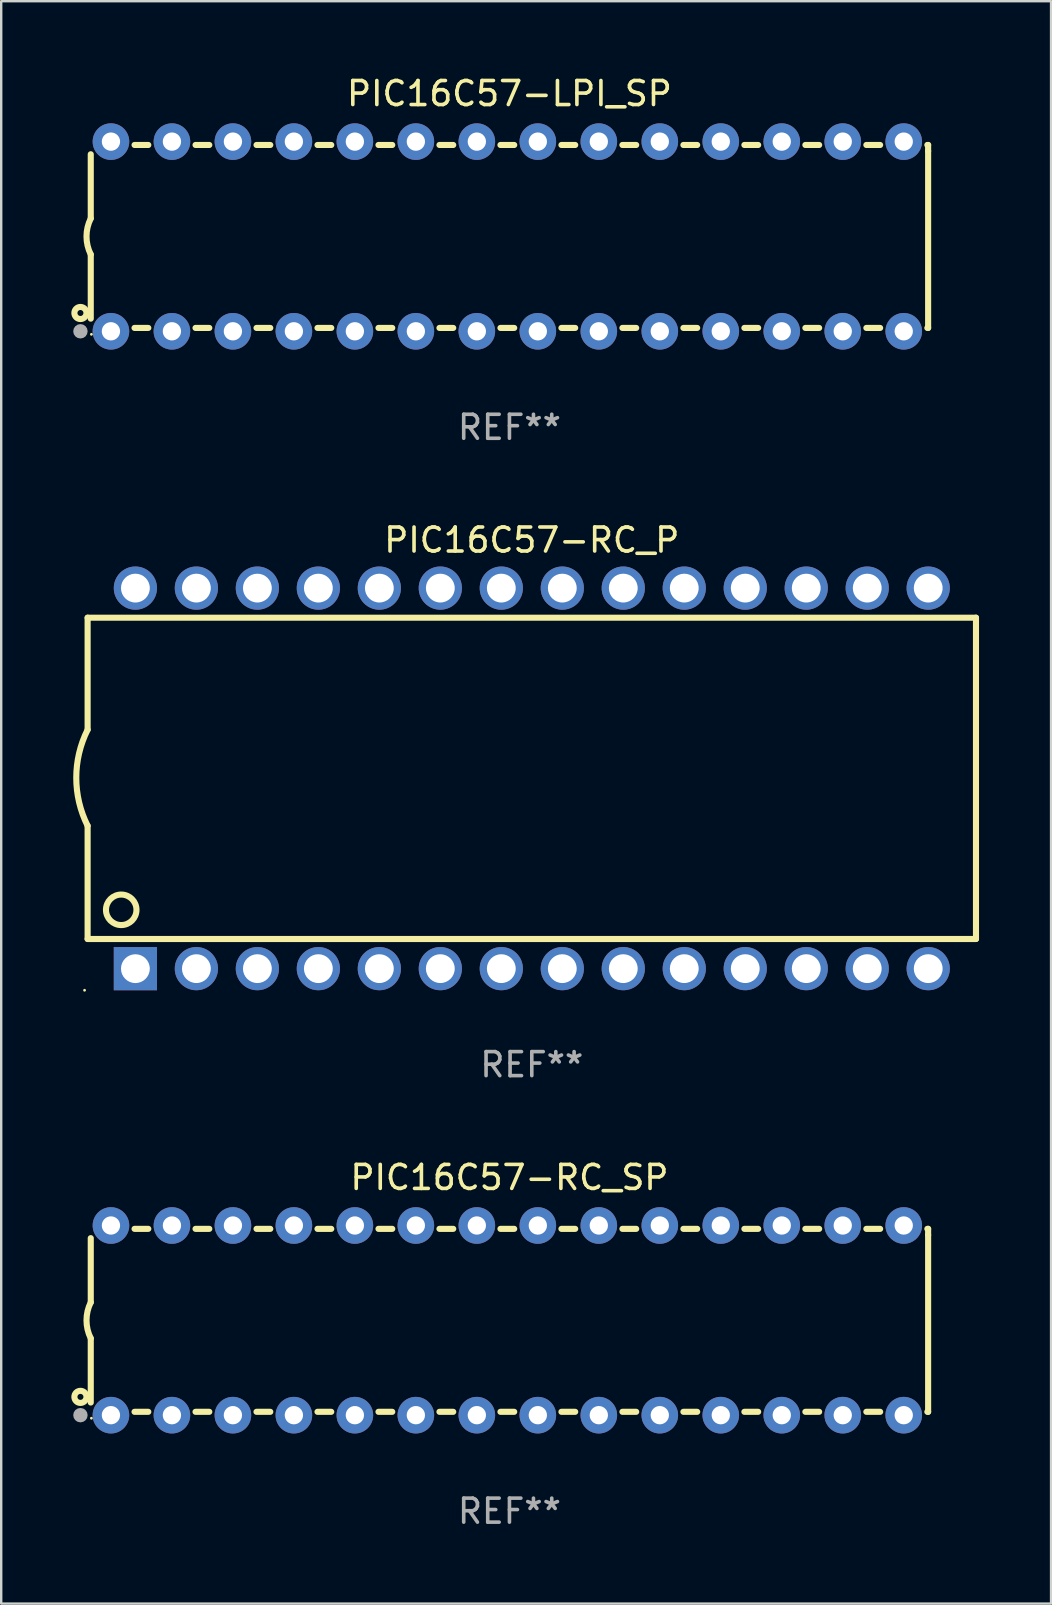
<source format=kicad_pcb>
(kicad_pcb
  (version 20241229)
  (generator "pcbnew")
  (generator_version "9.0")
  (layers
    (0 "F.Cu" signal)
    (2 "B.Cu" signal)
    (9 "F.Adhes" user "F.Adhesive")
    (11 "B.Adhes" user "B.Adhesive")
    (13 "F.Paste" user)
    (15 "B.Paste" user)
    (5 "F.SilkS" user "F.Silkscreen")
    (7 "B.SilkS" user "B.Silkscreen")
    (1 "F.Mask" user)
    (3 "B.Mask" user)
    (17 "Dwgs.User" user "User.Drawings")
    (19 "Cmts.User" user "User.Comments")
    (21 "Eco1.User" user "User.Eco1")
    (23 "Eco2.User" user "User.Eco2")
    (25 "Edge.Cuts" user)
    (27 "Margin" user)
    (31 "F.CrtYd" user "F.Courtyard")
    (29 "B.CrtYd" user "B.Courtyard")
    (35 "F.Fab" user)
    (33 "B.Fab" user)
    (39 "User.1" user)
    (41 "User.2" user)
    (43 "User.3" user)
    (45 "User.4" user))
  (footprint "PIC16C57-RC_SP"
    (layer "F.Cu")
    (at 18.168 51.941)
    (property "Reference" "PIC16C57-RC_SP" (at 0 -5.95 0) (layer "F.SilkS") (effects (font (size 1 1) (thickness 0.15))))
    (attr through_hole)
    (fp_line (start -17.438 0.75) (end -17.438 3.423) (stroke (width 0.254) (type solid)) (layer "F.SilkS"))
    (fp_line (start -17.438 -3.423) (end -17.438 -0.75) (stroke (width 0.254) (type solid)) (layer "F.SilkS"))
    (fp_line (start -15.615 3.81) (end -15.041 3.81) (stroke (width 0.254) (type solid)) (layer "F.SilkS"))
    (fp_line (start -15.041 -3.81) (end -15.614 -3.81) (stroke (width 0.254) (type solid)) (layer "F.SilkS"))
    (fp_line (start -13.075 3.81) (end -12.501 3.81) (stroke (width 0.254) (type solid)) (layer "F.SilkS"))
    (fp_line (start -12.501 -3.81) (end -13.074 -3.81) (stroke (width 0.254) (type solid)) (layer "F.SilkS"))
    (fp_line (start -10.535 3.81) (end -9.961 3.81) (stroke (width 0.254) (type solid)) (layer "F.SilkS"))
    (fp_line (start -9.961 -3.81) (end -10.534 -3.81) (stroke (width 0.254) (type solid)) (layer "F.SilkS"))
    (fp_line (start -7.995 3.81) (end -7.421 3.81) (stroke (width 0.254) (type solid)) (layer "F.SilkS"))
    (fp_line (start -7.421 -3.81) (end -7.995 -3.81) (stroke (width 0.254) (type solid)) (layer "F.SilkS"))
    (fp_line (start -5.455 3.81) (end -4.881 3.81) (stroke (width 0.254) (type solid)) (layer "F.SilkS"))
    (fp_line (start -4.881 -3.81) (end -5.455 -3.81) (stroke (width 0.254) (type solid)) (layer "F.SilkS"))
    (fp_line (start -2.915 3.81) (end -2.341 3.81) (stroke (width 0.254) (type solid)) (layer "F.SilkS"))
    (fp_line (start -2.341 -3.81) (end -2.915 -3.81) (stroke (width 0.254) (type solid)) (layer "F.SilkS"))
    (fp_line (start -0.375 3.81) (end 0.199 3.81) (stroke (width 0.254) (type solid)) (layer "F.SilkS"))
    (fp_line (start 0.199 -3.81) (end -0.375 -3.81) (stroke (width 0.254) (type solid)) (layer "F.SilkS"))
    (fp_line (start 2.165 3.81) (end 2.739 3.81) (stroke (width 0.254) (type solid)) (layer "F.SilkS"))
    (fp_line (start 2.739 -3.81) (end 2.165 -3.81) (stroke (width 0.254) (type solid)) (layer "F.SilkS"))
    (fp_line (start 4.705 3.81) (end 5.279 3.81) (stroke (width 0.254) (type solid)) (layer "F.SilkS"))
    (fp_line (start 5.279 -3.81) (end 4.705 -3.81) (stroke (width 0.254) (type solid)) (layer "F.SilkS"))
    (fp_line (start 7.245 3.81) (end 7.819 3.81) (stroke (width 0.254) (type solid)) (layer "F.SilkS"))
    (fp_line (start 7.819 -3.81) (end 7.245 -3.81) (stroke (width 0.254) (type solid)) (layer "F.SilkS"))
    (fp_line (start 9.785 3.81) (end 10.359 3.81) (stroke (width 0.254) (type solid)) (layer "F.SilkS"))
    (fp_line (start 10.359 -3.81) (end 9.785 -3.81) (stroke (width 0.254) (type solid)) (layer "F.SilkS"))
    (fp_line (start 12.325 3.81) (end 12.899 3.81) (stroke (width 0.254) (type solid)) (layer "F.SilkS"))
    (fp_line (start 12.899 -3.81) (end 12.325 -3.81) (stroke (width 0.254) (type solid)) (layer "F.SilkS"))
    (fp_line (start 14.865 3.81) (end 15.439 3.81) (stroke (width 0.254) (type solid)) (layer "F.SilkS"))
    (fp_line (start 15.439 -3.81) (end 14.865 -3.81) (stroke (width 0.254) (type solid)) (layer "F.SilkS"))
    (fp_line (start 17.405 3.81) (end 17.438 3.81) (stroke (width 0.254) (type solid)) (layer "F.SilkS"))
    (fp_line (start 17.438 -3.81) (end 17.405 -3.81) (stroke (width 0.254) (type solid)) (layer "F.SilkS"))
    (fp_line (start 17.438 -3.556) (end 17.438 -3.81) (stroke (width 0.254) (type solid)) (layer "F.SilkS"))
    (fp_line (start 17.438 3.81) (end 17.438 -3.556) (stroke (width 0.254) (type solid)) (layer "F.SilkS"))
    (fp_arc (start -17.437986 0.749657) (mid -17.614887 -0.000024) (end -17.437783 -0.749657) (stroke (width 0.254001) (type solid)) (layer "F.SilkS"))
    (fp_circle (center -17.868 3.188) (end -17.743 3.188) (stroke (width 0.254) (type solid)) (fill no) (layer "F.SilkS"))
    (fp_circle (center -17.411 4.077) (end -17.381 4.077) (stroke (width 0.06) (type solid)) (fill no) (layer "F.SilkS"))
    (fp_circle (center -17.868 3.95) (end -17.718 3.95) (stroke (width 0.3) (type solid)) (fill no) (layer "F.Fab"))
    (fp_text user "REF**" (at 0 7.95 0) (layer "F.Fab") (effects (font (size 1 1) (thickness 0.15))))
    (pad "1" thru_hole circle (at -16.598 3.95) (size 1.524 1.524) (drill 0.762) (layers "*.Cu" "*.Mask"))
    (pad "2" thru_hole circle (at -14.058 3.95) (size 1.524 1.524) (drill 0.762) (layers "*.Cu" "*.Mask"))
    (pad "3" thru_hole circle (at -11.518 3.95) (size 1.524 1.524) (drill 0.762) (layers "*.Cu" "*.Mask"))
    (pad "4" thru_hole circle (at -8.978 3.95) (size 1.524 1.524) (drill 0.762) (layers "*.Cu" "*.Mask"))
    (pad "5" thru_hole circle (at -6.438 3.95) (size 1.524 1.524) (drill 0.762) (layers "*.Cu" "*.Mask"))
    (pad "6" thru_hole circle (at -3.898 3.95) (size 1.524 1.524) (drill 0.762) (layers "*.Cu" "*.Mask"))
    (pad "7" thru_hole circle (at -1.358 3.95) (size 1.524 1.524) (drill 0.762) (layers "*.Cu" "*.Mask"))
    (pad "8" thru_hole circle (at 1.182 3.95) (size 1.524 1.524) (drill 0.762) (layers "*.Cu" "*.Mask"))
    (pad "9" thru_hole circle (at 3.722 3.95) (size 1.524 1.524) (drill 0.762) (layers "*.Cu" "*.Mask"))
    (pad "10" thru_hole circle (at 6.262 3.95) (size 1.524 1.524) (drill 0.762) (layers "*.Cu" "*.Mask"))
    (pad "11" thru_hole circle (at 8.802 3.95) (size 1.524 1.524) (drill 0.762) (layers "*.Cu" "*.Mask"))
    (pad "12" thru_hole circle (at 11.342 3.95) (size 1.524 1.524) (drill 0.762) (layers "*.Cu" "*.Mask"))
    (pad "13" thru_hole circle (at 13.882 3.95) (size 1.524 1.524) (drill 0.762) (layers "*.Cu" "*.Mask"))
    (pad "14" thru_hole circle (at 16.422 3.95) (size 1.524 1.524) (drill 0.762) (layers "*.Cu" "*.Mask"))
    (pad "15" thru_hole circle (at 16.422 -3.95) (size 1.524 1.524) (drill 0.762) (layers "*.Cu" "*.Mask"))
    (pad "16" thru_hole circle (at 13.882 -3.95) (size 1.524 1.524) (drill 0.762) (layers "*.Cu" "*.Mask"))
    (pad "17" thru_hole circle (at 11.342 -3.95) (size 1.524 1.524) (drill 0.762) (layers "*.Cu" "*.Mask"))
    (pad "18" thru_hole circle (at 8.802 -3.95) (size 1.524 1.524) (drill 0.762) (layers "*.Cu" "*.Mask"))
    (pad "19" thru_hole circle (at 6.262 -3.95) (size 1.524 1.524) (drill 0.762) (layers "*.Cu" "*.Mask"))
    (pad "20" thru_hole circle (at 3.722 -3.95) (size 1.524 1.524) (drill 0.762) (layers "*.Cu" "*.Mask"))
    (pad "21" thru_hole circle (at 1.182 -3.95) (size 1.524 1.524) (drill 0.762) (layers "*.Cu" "*.Mask"))
    (pad "22" thru_hole circle (at -1.358 -3.95) (size 1.524 1.524) (drill 0.762) (layers "*.Cu" "*.Mask"))
    (pad "23" thru_hole circle (at -3.898 -3.95) (size 1.524 1.524) (drill 0.762) (layers "*.Cu" "*.Mask"))
    (pad "24" thru_hole circle (at -6.438 -3.95) (size 1.524 1.524) (drill 0.762) (layers "*.Cu" "*.Mask"))
    (pad "25" thru_hole circle (at -8.978 -3.95) (size 1.524 1.524) (drill 0.762) (layers "*.Cu" "*.Mask"))
    (pad "26" thru_hole circle (at -11.517 -3.95) (size 1.524 1.524) (drill 0.762) (layers "*.Cu" "*.Mask"))
    (pad "27" thru_hole circle (at -14.057 -3.95) (size 1.524 1.524) (drill 0.762) (layers "*.Cu" "*.Mask"))
    (pad "28" thru_hole circle (at -16.597 -3.95) (size 1.524 1.524) (drill 0.762) (layers "*.Cu" "*.Mask")))
  (footprint "PIC16C57-RC_P"
    (layer "F.Cu")
    (at 19.099 29.369)
    (property "Reference" "PIC16C57-RC_P" (at 0 -9.925 0) (layer "F.SilkS") (effects (font (size 1 1) (thickness 0.15))))
    (attr through_hole)
    (fp_line (start -18.5 -6.692) (end -18.5 -2.026) (stroke (width 0.254) (type solid)) (layer "F.SilkS"))
    (fp_line (start -18.5 6.689) (end -18.5 1.974) (stroke (width 0.254) (type solid)) (layer "F.SilkS"))
    (fp_line (start -18.5 6.689) (end 18.5 6.689) (stroke (width 0.254) (type solid)) (layer "F.SilkS"))
    (fp_line (start 18.5 -6.692) (end -18.5 -6.692) (stroke (width 0.254) (type solid)) (layer "F.SilkS"))
    (fp_line (start 18.5 6.689) (end 18.5 -6.692) (stroke (width 0.254) (type solid)) (layer "F.SilkS"))
    (fp_arc (start -18.500051 1.974346) (mid -18.972187 -0.025654) (end -18.500051 -2.025654) (stroke (width 0.254001) (type solid)) (layer "F.SilkS"))
    (fp_circle (center -18.627 8.824) (end -18.597 8.824) (stroke (width 0.06) (type solid)) (fill no) (layer "F.SilkS"))
    (fp_circle (center -17.1 5.474) (end -16.465 5.474) (stroke (width 0.254) (type solid)) (fill no) (layer "F.SilkS"))
    (fp_text user "REF**" (at 0 11.925 0) (layer "F.Fab") (effects (font (size 1 1) (thickness 0.15))))
    (pad "1" thru_hole rect (at -16.51 7.925) (size 1.8 1.8) (drill 1.2) (layers "*.Cu" "*.Mask"))
    (pad "2" thru_hole circle (at -13.97 7.924) (size 1.8 1.8) (drill 1.2) (layers "*.Cu" "*.Mask"))
    (pad "3" thru_hole circle (at -11.43 7.924) (size 1.8 1.8) (drill 1.2) (layers "*.Cu" "*.Mask"))
    (pad "4" thru_hole circle (at -8.89 7.924) (size 1.8 1.8) (drill 1.2) (layers "*.Cu" "*.Mask"))
    (pad "5" thru_hole circle (at -6.35 7.924) (size 1.8 1.8) (drill 1.2) (layers "*.Cu" "*.Mask"))
    (pad "6" thru_hole circle (at -3.81 7.924) (size 1.8 1.8) (drill 1.2) (layers "*.Cu" "*.Mask"))
    (pad "7" thru_hole circle (at -1.27 7.924) (size 1.8 1.8) (drill 1.2) (layers "*.Cu" "*.Mask"))
    (pad "8" thru_hole circle (at 1.27 7.924) (size 1.8 1.8) (drill 1.2) (layers "*.Cu" "*.Mask"))
    (pad "9" thru_hole circle (at 3.81 7.924) (size 1.8 1.8) (drill 1.2) (layers "*.Cu" "*.Mask"))
    (pad "10" thru_hole circle (at 6.35 7.924) (size 1.8 1.8) (drill 1.2) (layers "*.Cu" "*.Mask"))
    (pad "11" thru_hole circle (at 8.89 7.924) (size 1.8 1.8) (drill 1.2) (layers "*.Cu" "*.Mask"))
    (pad "12" thru_hole circle (at 11.43 7.924) (size 1.8 1.8) (drill 1.2) (layers "*.Cu" "*.Mask"))
    (pad "13" thru_hole circle (at 13.97 7.924) (size 1.8 1.8) (drill 1.2) (layers "*.Cu" "*.Mask"))
    (pad "14" thru_hole circle (at 16.51 7.924) (size 1.8 1.8) (drill 1.2) (layers "*.Cu" "*.Mask"))
    (pad "15" thru_hole circle (at 16.51 -7.925) (size 1.8 1.8) (drill 1.2) (layers "*.Cu" "*.Mask"))
    (pad "16" thru_hole circle (at 13.97 -7.925) (size 1.8 1.8) (drill 1.2) (layers "*.Cu" "*.Mask"))
    (pad "17" thru_hole circle (at 11.43 -7.925) (size 1.8 1.8) (drill 1.2) (layers "*.Cu" "*.Mask"))
    (pad "18" thru_hole circle (at 8.89 -7.925) (size 1.8 1.8) (drill 1.2) (layers "*.Cu" "*.Mask"))
    (pad "19" thru_hole circle (at 6.35 -7.925) (size 1.8 1.8) (drill 1.2) (layers "*.Cu" "*.Mask"))
    (pad "20" thru_hole circle (at 3.81 -7.925) (size 1.8 1.8) (drill 1.2) (layers "*.Cu" "*.Mask"))
    (pad "21" thru_hole circle (at 1.27 -7.925) (size 1.8 1.8) (drill 1.2) (layers "*.Cu" "*.Mask"))
    (pad "22" thru_hole circle (at -1.27 -7.925) (size 1.8 1.8) (drill 1.2) (layers "*.Cu" "*.Mask"))
    (pad "23" thru_hole circle (at -3.81 -7.925) (size 1.8 1.8) (drill 1.2) (layers "*.Cu" "*.Mask"))
    (pad "24" thru_hole circle (at -6.35 -7.925) (size 1.8 1.8) (drill 1.2) (layers "*.Cu" "*.Mask"))
    (pad "25" thru_hole circle (at -8.89 -7.925) (size 1.8 1.8) (drill 1.2) (layers "*.Cu" "*.Mask"))
    (pad "26" thru_hole circle (at -11.43 -7.925) (size 1.8 1.8) (drill 1.2) (layers "*.Cu" "*.Mask"))
    (pad "27" thru_hole circle (at -13.97 -7.925) (size 1.8 1.8) (drill 1.2) (layers "*.Cu" "*.Mask"))
    (pad "28" thru_hole circle (at -16.51 -7.925) (size 1.8 1.8) (drill 1.2) (layers "*.Cu" "*.Mask")))
  (footprint "PIC16C57-LPI_SP"
    (layer "F.Cu")
    (at 18.168 6.798)
    (property "Reference" "PIC16C57-LPI_SP" (at 0 -5.95 0) (layer "F.SilkS") (effects (font (size 1 1) (thickness 0.15))))
    (attr through_hole)
    (fp_line (start -17.438 0.75) (end -17.438 3.423) (stroke (width 0.254) (type solid)) (layer "F.SilkS"))
    (fp_line (start -17.438 -3.423) (end -17.438 -0.75) (stroke (width 0.254) (type solid)) (layer "F.SilkS"))
    (fp_line (start -15.615 3.81) (end -15.041 3.81) (stroke (width 0.254) (type solid)) (layer "F.SilkS"))
    (fp_line (start -15.041 -3.81) (end -15.614 -3.81) (stroke (width 0.254) (type solid)) (layer "F.SilkS"))
    (fp_line (start -13.075 3.81) (end -12.501 3.81) (stroke (width 0.254) (type solid)) (layer "F.SilkS"))
    (fp_line (start -12.501 -3.81) (end -13.074 -3.81) (stroke (width 0.254) (type solid)) (layer "F.SilkS"))
    (fp_line (start -10.535 3.81) (end -9.961 3.81) (stroke (width 0.254) (type solid)) (layer "F.SilkS"))
    (fp_line (start -9.961 -3.81) (end -10.534 -3.81) (stroke (width 0.254) (type solid)) (layer "F.SilkS"))
    (fp_line (start -7.995 3.81) (end -7.421 3.81) (stroke (width 0.254) (type solid)) (layer "F.SilkS"))
    (fp_line (start -7.421 -3.81) (end -7.995 -3.81) (stroke (width 0.254) (type solid)) (layer "F.SilkS"))
    (fp_line (start -5.455 3.81) (end -4.881 3.81) (stroke (width 0.254) (type solid)) (layer "F.SilkS"))
    (fp_line (start -4.881 -3.81) (end -5.455 -3.81) (stroke (width 0.254) (type solid)) (layer "F.SilkS"))
    (fp_line (start -2.915 3.81) (end -2.341 3.81) (stroke (width 0.254) (type solid)) (layer "F.SilkS"))
    (fp_line (start -2.341 -3.81) (end -2.915 -3.81) (stroke (width 0.254) (type solid)) (layer "F.SilkS"))
    (fp_line (start -0.375 3.81) (end 0.199 3.81) (stroke (width 0.254) (type solid)) (layer "F.SilkS"))
    (fp_line (start 0.199 -3.81) (end -0.375 -3.81) (stroke (width 0.254) (type solid)) (layer "F.SilkS"))
    (fp_line (start 2.165 3.81) (end 2.739 3.81) (stroke (width 0.254) (type solid)) (layer "F.SilkS"))
    (fp_line (start 2.739 -3.81) (end 2.165 -3.81) (stroke (width 0.254) (type solid)) (layer "F.SilkS"))
    (fp_line (start 4.705 3.81) (end 5.279 3.81) (stroke (width 0.254) (type solid)) (layer "F.SilkS"))
    (fp_line (start 5.279 -3.81) (end 4.705 -3.81) (stroke (width 0.254) (type solid)) (layer "F.SilkS"))
    (fp_line (start 7.245 3.81) (end 7.819 3.81) (stroke (width 0.254) (type solid)) (layer "F.SilkS"))
    (fp_line (start 7.819 -3.81) (end 7.245 -3.81) (stroke (width 0.254) (type solid)) (layer "F.SilkS"))
    (fp_line (start 9.785 3.81) (end 10.359 3.81) (stroke (width 0.254) (type solid)) (layer "F.SilkS"))
    (fp_line (start 10.359 -3.81) (end 9.785 -3.81) (stroke (width 0.254) (type solid)) (layer "F.SilkS"))
    (fp_line (start 12.325 3.81) (end 12.899 3.81) (stroke (width 0.254) (type solid)) (layer "F.SilkS"))
    (fp_line (start 12.899 -3.81) (end 12.325 -3.81) (stroke (width 0.254) (type solid)) (layer "F.SilkS"))
    (fp_line (start 14.865 3.81) (end 15.439 3.81) (stroke (width 0.254) (type solid)) (layer "F.SilkS"))
    (fp_line (start 15.439 -3.81) (end 14.865 -3.81) (stroke (width 0.254) (type solid)) (layer "F.SilkS"))
    (fp_line (start 17.405 3.81) (end 17.438 3.81) (stroke (width 0.254) (type solid)) (layer "F.SilkS"))
    (fp_line (start 17.438 -3.81) (end 17.405 -3.81) (stroke (width 0.254) (type solid)) (layer "F.SilkS"))
    (fp_line (start 17.438 -3.556) (end 17.438 -3.81) (stroke (width 0.254) (type solid)) (layer "F.SilkS"))
    (fp_line (start 17.438 3.81) (end 17.438 -3.556) (stroke (width 0.254) (type solid)) (layer "F.SilkS"))
    (fp_arc (start -17.437986 0.749657) (mid -17.614887 -0.000024) (end -17.437783 -0.749657) (stroke (width 0.254001) (type solid)) (layer "F.SilkS"))
    (fp_circle (center -17.868 3.188) (end -17.743 3.188) (stroke (width 0.254) (type solid)) (fill no) (layer "F.SilkS"))
    (fp_circle (center -17.411 4.077) (end -17.381 4.077) (stroke (width 0.06) (type solid)) (fill no) (layer "F.SilkS"))
    (fp_circle (center -17.868 3.95) (end -17.718 3.95) (stroke (width 0.3) (type solid)) (fill no) (layer "F.Fab"))
    (fp_text user "REF**" (at 0 7.95 0) (layer "F.Fab") (effects (font (size 1 1) (thickness 0.15))))
    (pad "1" thru_hole circle (at -16.598 3.95) (size 1.524 1.524) (drill 0.762) (layers "*.Cu" "*.Mask"))
    (pad "2" thru_hole circle (at -14.058 3.95) (size 1.524 1.524) (drill 0.762) (layers "*.Cu" "*.Mask"))
    (pad "3" thru_hole circle (at -11.518 3.95) (size 1.524 1.524) (drill 0.762) (layers "*.Cu" "*.Mask"))
    (pad "4" thru_hole circle (at -8.978 3.95) (size 1.524 1.524) (drill 0.762) (layers "*.Cu" "*.Mask"))
    (pad "5" thru_hole circle (at -6.438 3.95) (size 1.524 1.524) (drill 0.762) (layers "*.Cu" "*.Mask"))
    (pad "6" thru_hole circle (at -3.898 3.95) (size 1.524 1.524) (drill 0.762) (layers "*.Cu" "*.Mask"))
    (pad "7" thru_hole circle (at -1.358 3.95) (size 1.524 1.524) (drill 0.762) (layers "*.Cu" "*.Mask"))
    (pad "8" thru_hole circle (at 1.182 3.95) (size 1.524 1.524) (drill 0.762) (layers "*.Cu" "*.Mask"))
    (pad "9" thru_hole circle (at 3.722 3.95) (size 1.524 1.524) (drill 0.762) (layers "*.Cu" "*.Mask"))
    (pad "10" thru_hole circle (at 6.262 3.95) (size 1.524 1.524) (drill 0.762) (layers "*.Cu" "*.Mask"))
    (pad "11" thru_hole circle (at 8.802 3.95) (size 1.524 1.524) (drill 0.762) (layers "*.Cu" "*.Mask"))
    (pad "12" thru_hole circle (at 11.342 3.95) (size 1.524 1.524) (drill 0.762) (layers "*.Cu" "*.Mask"))
    (pad "13" thru_hole circle (at 13.882 3.95) (size 1.524 1.524) (drill 0.762) (layers "*.Cu" "*.Mask"))
    (pad "14" thru_hole circle (at 16.422 3.95) (size 1.524 1.524) (drill 0.762) (layers "*.Cu" "*.Mask"))
    (pad "15" thru_hole circle (at 16.422 -3.95) (size 1.524 1.524) (drill 0.762) (layers "*.Cu" "*.Mask"))
    (pad "16" thru_hole circle (at 13.882 -3.95) (size 1.524 1.524) (drill 0.762) (layers "*.Cu" "*.Mask"))
    (pad "17" thru_hole circle (at 11.342 -3.95) (size 1.524 1.524) (drill 0.762) (layers "*.Cu" "*.Mask"))
    (pad "18" thru_hole circle (at 8.802 -3.95) (size 1.524 1.524) (drill 0.762) (layers "*.Cu" "*.Mask"))
    (pad "19" thru_hole circle (at 6.262 -3.95) (size 1.524 1.524) (drill 0.762) (layers "*.Cu" "*.Mask"))
    (pad "20" thru_hole circle (at 3.722 -3.95) (size 1.524 1.524) (drill 0.762) (layers "*.Cu" "*.Mask"))
    (pad "21" thru_hole circle (at 1.182 -3.95) (size 1.524 1.524) (drill 0.762) (layers "*.Cu" "*.Mask"))
    (pad "22" thru_hole circle (at -1.358 -3.95) (size 1.524 1.524) (drill 0.762) (layers "*.Cu" "*.Mask"))
    (pad "23" thru_hole circle (at -3.898 -3.95) (size 1.524 1.524) (drill 0.762) (layers "*.Cu" "*.Mask"))
    (pad "24" thru_hole circle (at -6.438 -3.95) (size 1.524 1.524) (drill 0.762) (layers "*.Cu" "*.Mask"))
    (pad "25" thru_hole circle (at -8.978 -3.95) (size 1.524 1.524) (drill 0.762) (layers "*.Cu" "*.Mask"))
    (pad "26" thru_hole circle (at -11.517 -3.95) (size 1.524 1.524) (drill 0.762) (layers "*.Cu" "*.Mask"))
    (pad "27" thru_hole circle (at -14.057 -3.95) (size 1.524 1.524) (drill 0.762) (layers "*.Cu" "*.Mask"))
    (pad "28" thru_hole circle (at -16.597 -3.95) (size 1.524 1.524) (drill 0.762) (layers "*.Cu" "*.Mask")))
  (gr_rect
    (start -3 -3)
    (end 40.726 63.739)
    (stroke (width 0.1) (type default))
    (fill no)
    (layer "Edge.Cuts")))
</source>
